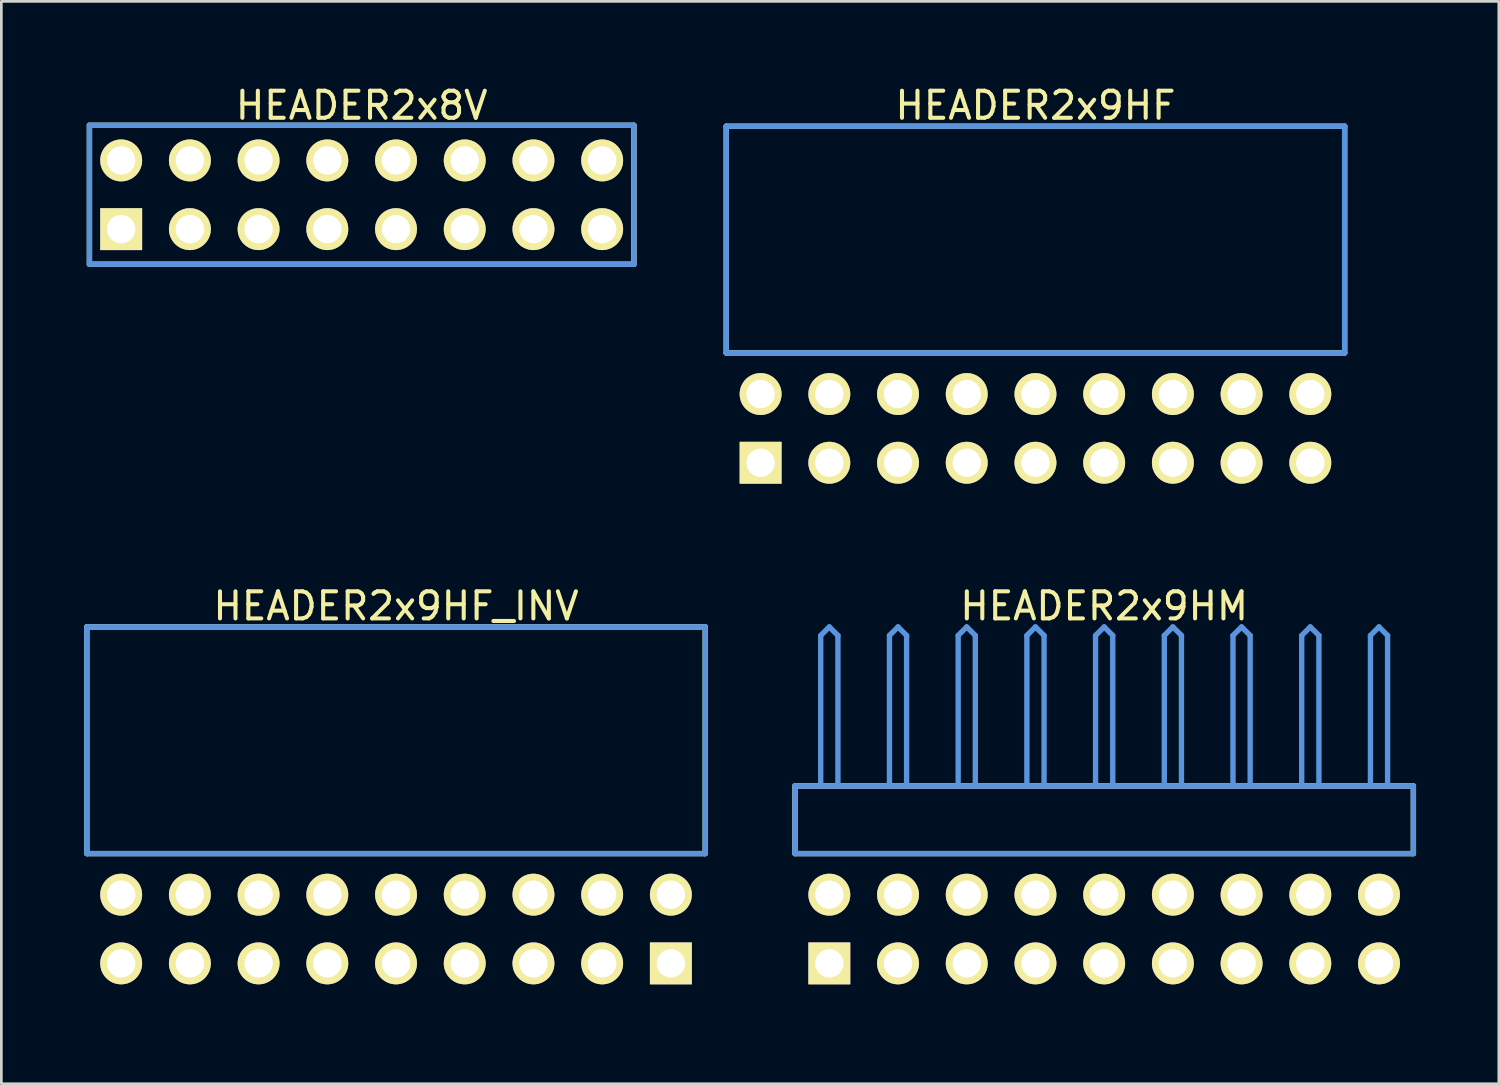
<source format=kicad_pcb>
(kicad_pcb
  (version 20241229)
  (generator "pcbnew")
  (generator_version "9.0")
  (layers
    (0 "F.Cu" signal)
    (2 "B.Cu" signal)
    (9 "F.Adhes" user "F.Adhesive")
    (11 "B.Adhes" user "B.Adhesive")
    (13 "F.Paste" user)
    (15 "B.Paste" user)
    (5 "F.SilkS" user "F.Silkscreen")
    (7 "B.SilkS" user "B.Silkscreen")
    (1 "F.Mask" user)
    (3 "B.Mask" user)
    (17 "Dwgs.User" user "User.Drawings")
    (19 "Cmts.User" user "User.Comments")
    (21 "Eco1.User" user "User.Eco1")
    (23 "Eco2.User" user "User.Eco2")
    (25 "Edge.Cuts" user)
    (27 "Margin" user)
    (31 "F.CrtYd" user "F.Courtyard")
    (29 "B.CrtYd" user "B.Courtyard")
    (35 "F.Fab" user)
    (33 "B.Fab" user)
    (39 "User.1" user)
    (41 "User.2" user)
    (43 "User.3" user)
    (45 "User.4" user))
  (footprint "HEADER2x9HF_INV"
    (layer "F.Cu")
    (at 1.429 32.562)
    (property "Reference" "HEADER2x9HF_INV" (at 10.16 -13.208 0) (layer "F.SilkS") (effects (font (size 1.001 1.001) (thickness 0.15))))
    (attr through_hole)
    (fp_line (start -1.27 -12.438) (end -1.27 -4.059) (stroke (width 0.198) (type solid)) (layer "F.SilkS"))
    (fp_line (start -1.27 -4.059) (end 21.59 -4.059) (stroke (width 0.198) (type solid)) (layer "F.SilkS"))
    (fp_line (start 21.59 -12.438) (end -1.27 -12.438) (stroke (width 0.198) (type solid)) (layer "F.SilkS"))
    (fp_line (start 21.59 -4.059) (end 21.59 -12.438) (stroke (width 0.198) (type solid)) (layer "F.SilkS"))
    (fp_line (start -1.27 -12.438) (end -1.27 -4.059) (stroke (width 0.198) (type solid)) (layer "Cmts.User"))
    (fp_line (start -1.27 -4.059) (end 21.59 -4.059) (stroke (width 0.198) (type solid)) (layer "Cmts.User"))
    (fp_line (start 21.59 -12.438) (end -1.27 -12.438) (stroke (width 0.198) (type solid)) (layer "Cmts.User"))
    (fp_line (start 21.59 -4.059) (end 21.59 -12.438) (stroke (width 0.198) (type solid)) (layer "Cmts.User"))
    (fp_line (start -1.379 -12.54) (end 21.699 -12.54) (stroke (width 0.099) (type solid)) (layer "Eco1.User"))
    (fp_line (start -1.379 1.4) (end -1.379 -12.54) (stroke (width 0.099) (type solid)) (layer "Eco1.User"))
    (fp_line (start 21.699 -12.54) (end 21.699 1.4) (stroke (width 0.099) (type solid)) (layer "Eco1.User"))
    (fp_line (start 21.699 1.4) (end -1.379 1.4) (stroke (width 0.099) (type solid)) (layer "Eco1.User"))
    (pad "1" thru_hole rect (at 20.32 0) (size 1.549 1.549) (drill 1.049) (layers "*.Cu" "*.Mask" "F.SilkS"))
    (pad "2" thru_hole circle (at 20.32 -2.54) (size 1.549 1.549) (drill 1.049) (layers "*.Cu" "*.Mask" "F.SilkS"))
    (pad "3" thru_hole circle (at 17.78 0) (size 1.549 1.549) (drill 1.049) (layers "*.Cu" "*.Mask" "F.SilkS"))
    (pad "4" thru_hole circle (at 17.78 -2.54) (size 1.549 1.549) (drill 1.049) (layers "*.Cu" "*.Mask" "F.SilkS"))
    (pad "5" thru_hole circle (at 15.24 0) (size 1.549 1.549) (drill 1.049) (layers "*.Cu" "*.Mask" "F.SilkS"))
    (pad "6" thru_hole circle (at 15.24 -2.54) (size 1.549 1.549) (drill 1.049) (layers "*.Cu" "*.Mask" "F.SilkS"))
    (pad "7" thru_hole circle (at 12.7 0) (size 1.549 1.549) (drill 1.049) (layers "*.Cu" "*.Mask" "F.SilkS"))
    (pad "8" thru_hole circle (at 12.7 -2.54) (size 1.549 1.549) (drill 1.049) (layers "*.Cu" "*.Mask" "F.SilkS"))
    (pad "9" thru_hole circle (at 10.16 0) (size 1.549 1.549) (drill 1.049) (layers "*.Cu" "*.Mask" "F.SilkS"))
    (pad "10" thru_hole circle (at 10.16 -2.54) (size 1.549 1.549) (drill 1.049) (layers "*.Cu" "*.Mask" "F.SilkS"))
    (pad "11" thru_hole circle (at 7.62 0) (size 1.549 1.549) (drill 1.049) (layers "*.Cu" "*.Mask" "F.SilkS"))
    (pad "12" thru_hole circle (at 7.62 -2.54) (size 1.549 1.549) (drill 1.049) (layers "*.Cu" "*.Mask" "F.SilkS"))
    (pad "13" thru_hole circle (at 5.08 0) (size 1.549 1.549) (drill 1.049) (layers "*.Cu" "*.Mask" "F.SilkS"))
    (pad "14" thru_hole circle (at 5.08 -2.54) (size 1.549 1.549) (drill 1.049) (layers "*.Cu" "*.Mask" "F.SilkS"))
    (pad "15" thru_hole circle (at 2.54 0) (size 1.549 1.549) (drill 1.049) (layers "*.Cu" "*.Mask" "F.SilkS"))
    (pad "16" thru_hole circle (at 2.54 -2.54) (size 1.549 1.549) (drill 1.049) (layers "*.Cu" "*.Mask" "F.SilkS"))
    (pad "17" thru_hole circle (at 0 0) (size 1.549 1.549) (drill 1.049) (layers "*.Cu" "*.Mask" "F.SilkS"))
    (pad "18" thru_hole circle (at 0 -2.54) (size 1.549 1.549) (drill 1.049) (layers "*.Cu" "*.Mask" "F.SilkS")))
  (footprint "HEADER2x8V"
    (layer "F.Cu")
    (at 1.429 5.42)
    (property "Reference" "HEADER2x8V" (at 8.89 -4.572 0) (layer "F.SilkS") (effects (font (size 1.001 1.001) (thickness 0.15))))
    (attr through_hole)
    (fp_line (start -1.173 -3.838) (end -1.173 1.298) (stroke (width 0.198) (type solid)) (layer "F.SilkS"))
    (fp_line (start -1.173 1.298) (end 18.953 1.298) (stroke (width 0.198) (type solid)) (layer "F.SilkS"))
    (fp_line (start 18.953 -3.838) (end -1.173 -3.838) (stroke (width 0.198) (type solid)) (layer "F.SilkS"))
    (fp_line (start 18.953 1.298) (end 18.953 -3.838) (stroke (width 0.198) (type solid)) (layer "F.SilkS"))
    (fp_line (start -1.173 -3.838) (end -1.173 1.298) (stroke (width 0.198) (type solid)) (layer "Cmts.User"))
    (fp_line (start -1.173 1.298) (end 18.953 1.298) (stroke (width 0.198) (type solid)) (layer "Cmts.User"))
    (fp_line (start 18.953 -3.838) (end -1.173 -3.838) (stroke (width 0.198) (type solid)) (layer "Cmts.User"))
    (fp_line (start 18.953 1.298) (end 18.953 -3.838) (stroke (width 0.198) (type solid)) (layer "Cmts.User"))
    (fp_line (start -1.379 -3.94) (end -1.379 1.4) (stroke (width 0.099) (type solid)) (layer "Eco1.User"))
    (fp_line (start -1.379 1.4) (end 19.159 1.4) (stroke (width 0.099) (type solid)) (layer "Eco1.User"))
    (fp_line (start 19.159 -3.94) (end -1.379 -3.94) (stroke (width 0.099) (type solid)) (layer "Eco1.User"))
    (fp_line (start 19.159 1.4) (end 19.159 -3.94) (stroke (width 0.099) (type solid)) (layer "Eco1.User"))
    (pad "1" thru_hole rect (at 0 0) (size 1.549 1.549) (drill 1.049) (layers "*.Cu" "*.Mask" "F.SilkS"))
    (pad "2" thru_hole circle (at 0 -2.54) (size 1.549 1.549) (drill 1.049) (layers "*.Cu" "*.Mask" "F.SilkS"))
    (pad "3" thru_hole circle (at 2.54 0) (size 1.549 1.549) (drill 1.049) (layers "*.Cu" "*.Mask" "F.SilkS"))
    (pad "4" thru_hole circle (at 2.54 -2.54) (size 1.549 1.549) (drill 1.049) (layers "*.Cu" "*.Mask" "F.SilkS"))
    (pad "5" thru_hole circle (at 5.08 0) (size 1.549 1.549) (drill 1.049) (layers "*.Cu" "*.Mask" "F.SilkS"))
    (pad "6" thru_hole circle (at 5.08 -2.54) (size 1.549 1.549) (drill 1.049) (layers "*.Cu" "*.Mask" "F.SilkS"))
    (pad "7" thru_hole circle (at 7.62 0) (size 1.549 1.549) (drill 1.049) (layers "*.Cu" "*.Mask" "F.SilkS"))
    (pad "8" thru_hole circle (at 7.62 -2.54) (size 1.549 1.549) (drill 1.049) (layers "*.Cu" "*.Mask" "F.SilkS"))
    (pad "9" thru_hole circle (at 10.16 0) (size 1.549 1.549) (drill 1.049) (layers "*.Cu" "*.Mask" "F.SilkS"))
    (pad "10" thru_hole circle (at 10.16 -2.54) (size 1.549 1.549) (drill 1.049) (layers "*.Cu" "*.Mask" "F.SilkS"))
    (pad "11" thru_hole circle (at 12.7 0) (size 1.549 1.549) (drill 1.049) (layers "*.Cu" "*.Mask" "F.SilkS"))
    (pad "12" thru_hole circle (at 12.7 -2.54) (size 1.549 1.549) (drill 1.049) (layers "*.Cu" "*.Mask" "F.SilkS"))
    (pad "13" thru_hole circle (at 15.24 0) (size 1.549 1.549) (drill 1.049) (layers "*.Cu" "*.Mask" "F.SilkS"))
    (pad "14" thru_hole circle (at 15.24 -2.54) (size 1.549 1.549) (drill 1.049) (layers "*.Cu" "*.Mask" "F.SilkS"))
    (pad "15" thru_hole circle (at 17.78 0) (size 1.549 1.549) (drill 1.049) (layers "*.Cu" "*.Mask" "F.SilkS"))
    (pad "16" thru_hole circle (at 17.78 -2.54) (size 1.549 1.549) (drill 1.049) (layers "*.Cu" "*.Mask" "F.SilkS")))
  (footprint "HEADER2x9HF"
    (layer "F.Cu")
    (at 25.066 14.056)
    (property "Reference" "HEADER2x9HF" (at 10.16 -13.208 0) (layer "F.SilkS") (effects (font (size 1.001 1.001) (thickness 0.15))))
    (attr through_hole)
    (fp_line (start -1.27 -12.438) (end -1.27 -4.059) (stroke (width 0.198) (type solid)) (layer "F.SilkS"))
    (fp_line (start -1.27 -4.059) (end 21.59 -4.059) (stroke (width 0.198) (type solid)) (layer "F.SilkS"))
    (fp_line (start 21.59 -12.438) (end -1.27 -12.438) (stroke (width 0.198) (type solid)) (layer "F.SilkS"))
    (fp_line (start 21.59 -4.059) (end 21.59 -12.438) (stroke (width 0.198) (type solid)) (layer "F.SilkS"))
    (fp_line (start -1.27 -12.438) (end -1.27 -4.059) (stroke (width 0.198) (type solid)) (layer "Cmts.User"))
    (fp_line (start -1.27 -4.059) (end 21.59 -4.059) (stroke (width 0.198) (type solid)) (layer "Cmts.User"))
    (fp_line (start 21.59 -12.438) (end -1.27 -12.438) (stroke (width 0.198) (type solid)) (layer "Cmts.User"))
    (fp_line (start 21.59 -4.059) (end 21.59 -12.438) (stroke (width 0.198) (type solid)) (layer "Cmts.User"))
    (fp_line (start -1.379 -12.54) (end 21.699 -12.54) (stroke (width 0.099) (type solid)) (layer "Eco1.User"))
    (fp_line (start -1.379 1.4) (end -1.379 -12.54) (stroke (width 0.099) (type solid)) (layer "Eco1.User"))
    (fp_line (start 21.699 -12.54) (end 21.699 1.4) (stroke (width 0.099) (type solid)) (layer "Eco1.User"))
    (fp_line (start 21.699 1.4) (end -1.379 1.4) (stroke (width 0.099) (type solid)) (layer "Eco1.User"))
    (pad "1" thru_hole rect (at 0 0) (size 1.549 1.549) (drill 1.049) (layers "*.Cu" "*.Mask" "F.SilkS"))
    (pad "2" thru_hole circle (at 0 -2.54) (size 1.549 1.549) (drill 1.049) (layers "*.Cu" "*.Mask" "F.SilkS"))
    (pad "3" thru_hole circle (at 2.54 0) (size 1.549 1.549) (drill 1.049) (layers "*.Cu" "*.Mask" "F.SilkS"))
    (pad "4" thru_hole circle (at 2.54 -2.54) (size 1.549 1.549) (drill 1.049) (layers "*.Cu" "*.Mask" "F.SilkS"))
    (pad "5" thru_hole circle (at 5.08 0) (size 1.549 1.549) (drill 1.049) (layers "*.Cu" "*.Mask" "F.SilkS"))
    (pad "6" thru_hole circle (at 5.08 -2.54) (size 1.549 1.549) (drill 1.049) (layers "*.Cu" "*.Mask" "F.SilkS"))
    (pad "7" thru_hole circle (at 7.62 0) (size 1.549 1.549) (drill 1.049) (layers "*.Cu" "*.Mask" "F.SilkS"))
    (pad "8" thru_hole circle (at 7.62 -2.54) (size 1.549 1.549) (drill 1.049) (layers "*.Cu" "*.Mask" "F.SilkS"))
    (pad "9" thru_hole circle (at 10.16 0) (size 1.549 1.549) (drill 1.049) (layers "*.Cu" "*.Mask" "F.SilkS"))
    (pad "10" thru_hole circle (at 10.16 -2.54) (size 1.549 1.549) (drill 1.049) (layers "*.Cu" "*.Mask" "F.SilkS"))
    (pad "11" thru_hole circle (at 12.7 0) (size 1.549 1.549) (drill 1.049) (layers "*.Cu" "*.Mask" "F.SilkS"))
    (pad "12" thru_hole circle (at 12.7 -2.54) (size 1.549 1.549) (drill 1.049) (layers "*.Cu" "*.Mask" "F.SilkS"))
    (pad "13" thru_hole circle (at 15.24 0) (size 1.549 1.549) (drill 1.049) (layers "*.Cu" "*.Mask" "F.SilkS"))
    (pad "14" thru_hole circle (at 15.24 -2.54) (size 1.549 1.549) (drill 1.049) (layers "*.Cu" "*.Mask" "F.SilkS"))
    (pad "15" thru_hole circle (at 17.78 0) (size 1.549 1.549) (drill 1.049) (layers "*.Cu" "*.Mask" "F.SilkS"))
    (pad "16" thru_hole circle (at 17.78 -2.54) (size 1.549 1.549) (drill 1.049) (layers "*.Cu" "*.Mask" "F.SilkS"))
    (pad "17" thru_hole circle (at 20.32 0) (size 1.549 1.549) (drill 1.049) (layers "*.Cu" "*.Mask" "F.SilkS"))
    (pad "18" thru_hole circle (at 20.32 -2.54) (size 1.549 1.549) (drill 1.049) (layers "*.Cu" "*.Mask" "F.SilkS")))
  (footprint "HEADER2x9HM"
    (layer "F.Cu")
    (at 27.606 32.562)
    (property "Reference" "HEADER2x9HM" (at 10.16 -13.208 0) (layer "F.SilkS") (effects (font (size 1.001 1.001) (thickness 0.15))))
    (attr through_hole)
    (fp_line (start -1.27 -6.558) (end -1.27 -4.059) (stroke (width 0.198) (type solid)) (layer "F.SilkS"))
    (fp_line (start -1.27 -4.059) (end 21.59 -4.059) (stroke (width 0.198) (type solid)) (layer "F.SilkS"))
    (fp_line (start 21.59 -6.558) (end -1.27 -6.558) (stroke (width 0.198) (type solid)) (layer "F.SilkS"))
    (fp_line (start 21.59 -4.059) (end 21.59 -6.558) (stroke (width 0.198) (type solid)) (layer "F.SilkS"))
    (fp_line (start -1.27 -6.558) (end -1.27 -4.059) (stroke (width 0.198) (type solid)) (layer "Cmts.User"))
    (fp_line (start -1.27 -4.059) (end 21.59 -4.059) (stroke (width 0.198) (type solid)) (layer "Cmts.User"))
    (fp_line (start -0.318 -12.121) (end 0 -12.438) (stroke (width 0.198) (type solid)) (layer "Cmts.User"))
    (fp_line (start -0.318 -6.599) (end -0.318 -12.121) (stroke (width 0.198) (type solid)) (layer "Cmts.User"))
    (fp_line (start 0.318 -12.121) (end 0 -12.438) (stroke (width 0.198) (type solid)) (layer "Cmts.User"))
    (fp_line (start 0.318 -6.599) (end 0.318 -12.121) (stroke (width 0.198) (type solid)) (layer "Cmts.User"))
    (fp_line (start 2.223 -12.121) (end 2.54 -12.438) (stroke (width 0.198) (type solid)) (layer "Cmts.User"))
    (fp_line (start 2.223 -6.599) (end 2.223 -12.121) (stroke (width 0.198) (type solid)) (layer "Cmts.User"))
    (fp_line (start 2.857 -12.121) (end 2.54 -12.438) (stroke (width 0.198) (type solid)) (layer "Cmts.User"))
    (fp_line (start 2.857 -6.599) (end 2.857 -12.121) (stroke (width 0.198) (type solid)) (layer "Cmts.User"))
    (fp_line (start 4.763 -12.121) (end 5.08 -12.438) (stroke (width 0.198) (type solid)) (layer "Cmts.User"))
    (fp_line (start 4.763 -6.599) (end 4.763 -12.121) (stroke (width 0.198) (type solid)) (layer "Cmts.User"))
    (fp_line (start 5.397 -12.121) (end 5.08 -12.438) (stroke (width 0.198) (type solid)) (layer "Cmts.User"))
    (fp_line (start 5.397 -6.599) (end 5.397 -12.121) (stroke (width 0.198) (type solid)) (layer "Cmts.User"))
    (fp_line (start 7.303 -12.121) (end 7.62 -12.438) (stroke (width 0.198) (type solid)) (layer "Cmts.User"))
    (fp_line (start 7.303 -6.599) (end 7.303 -12.121) (stroke (width 0.198) (type solid)) (layer "Cmts.User"))
    (fp_line (start 7.938 -12.121) (end 7.62 -12.438) (stroke (width 0.198) (type solid)) (layer "Cmts.User"))
    (fp_line (start 7.938 -6.599) (end 7.938 -12.121) (stroke (width 0.198) (type solid)) (layer "Cmts.User"))
    (fp_line (start 9.842 -12.121) (end 10.16 -12.438) (stroke (width 0.198) (type solid)) (layer "Cmts.User"))
    (fp_line (start 9.842 -6.599) (end 9.842 -12.121) (stroke (width 0.198) (type solid)) (layer "Cmts.User"))
    (fp_line (start 10.477 -12.121) (end 10.16 -12.438) (stroke (width 0.198) (type solid)) (layer "Cmts.User"))
    (fp_line (start 10.477 -6.599) (end 10.477 -12.121) (stroke (width 0.198) (type solid)) (layer "Cmts.User"))
    (fp_line (start 12.383 -12.121) (end 12.7 -12.438) (stroke (width 0.198) (type solid)) (layer "Cmts.User"))
    (fp_line (start 12.383 -6.599) (end 12.383 -12.121) (stroke (width 0.198) (type solid)) (layer "Cmts.User"))
    (fp_line (start 13.018 -12.121) (end 12.7 -12.438) (stroke (width 0.198) (type solid)) (layer "Cmts.User"))
    (fp_line (start 13.018 -6.599) (end 13.018 -12.121) (stroke (width 0.198) (type solid)) (layer "Cmts.User"))
    (fp_line (start 14.922 -12.121) (end 15.24 -12.438) (stroke (width 0.198) (type solid)) (layer "Cmts.User"))
    (fp_line (start 14.922 -6.599) (end 14.922 -12.121) (stroke (width 0.198) (type solid)) (layer "Cmts.User"))
    (fp_line (start 15.557 -12.121) (end 15.24 -12.438) (stroke (width 0.198) (type solid)) (layer "Cmts.User"))
    (fp_line (start 15.557 -6.599) (end 15.557 -12.121) (stroke (width 0.198) (type solid)) (layer "Cmts.User"))
    (fp_line (start 17.462 -12.121) (end 17.78 -12.438) (stroke (width 0.198) (type solid)) (layer "Cmts.User"))
    (fp_line (start 17.462 -6.599) (end 17.462 -12.121) (stroke (width 0.198) (type solid)) (layer "Cmts.User"))
    (fp_line (start 18.098 -12.121) (end 17.78 -12.438) (stroke (width 0.198) (type solid)) (layer "Cmts.User"))
    (fp_line (start 18.098 -6.599) (end 18.098 -12.121) (stroke (width 0.198) (type solid)) (layer "Cmts.User"))
    (fp_line (start 20.003 -12.121) (end 20.32 -12.438) (stroke (width 0.198) (type solid)) (layer "Cmts.User"))
    (fp_line (start 20.003 -6.599) (end 20.003 -12.121) (stroke (width 0.198) (type solid)) (layer "Cmts.User"))
    (fp_line (start 20.637 -12.121) (end 20.32 -12.438) (stroke (width 0.198) (type solid)) (layer "Cmts.User"))
    (fp_line (start 20.637 -6.599) (end 20.637 -12.121) (stroke (width 0.198) (type solid)) (layer "Cmts.User"))
    (fp_line (start 21.59 -6.558) (end -1.27 -6.558) (stroke (width 0.198) (type solid)) (layer "Cmts.User"))
    (fp_line (start 21.59 -4.059) (end 21.59 -6.558) (stroke (width 0.198) (type solid)) (layer "Cmts.User"))
    (fp_line (start -1.379 -12.54) (end 21.699 -12.54) (stroke (width 0.099) (type solid)) (layer "Eco1.User"))
    (fp_line (start -1.379 1.4) (end -1.379 -12.54) (stroke (width 0.099) (type solid)) (layer "Eco1.User"))
    (fp_line (start 21.699 -12.54) (end 21.699 1.4) (stroke (width 0.099) (type solid)) (layer "Eco1.User"))
    (fp_line (start 21.699 1.4) (end -1.379 1.4) (stroke (width 0.099) (type solid)) (layer "Eco1.User"))
    (pad "1" thru_hole rect (at 0 0) (size 1.549 1.549) (drill 1.049) (layers "*.Cu" "*.Mask" "F.SilkS"))
    (pad "2" thru_hole circle (at 0 -2.54) (size 1.549 1.549) (drill 1.049) (layers "*.Cu" "*.Mask" "F.SilkS"))
    (pad "3" thru_hole circle (at 2.54 0) (size 1.549 1.549) (drill 1.049) (layers "*.Cu" "*.Mask" "F.SilkS"))
    (pad "4" thru_hole circle (at 2.54 -2.54) (size 1.549 1.549) (drill 1.049) (layers "*.Cu" "*.Mask" "F.SilkS"))
    (pad "5" thru_hole circle (at 5.08 0) (size 1.549 1.549) (drill 1.049) (layers "*.Cu" "*.Mask" "F.SilkS"))
    (pad "6" thru_hole circle (at 5.08 -2.54) (size 1.549 1.549) (drill 1.049) (layers "*.Cu" "*.Mask" "F.SilkS"))
    (pad "7" thru_hole circle (at 7.62 0) (size 1.549 1.549) (drill 1.049) (layers "*.Cu" "*.Mask" "F.SilkS"))
    (pad "8" thru_hole circle (at 7.62 -2.54) (size 1.549 1.549) (drill 1.049) (layers "*.Cu" "*.Mask" "F.SilkS"))
    (pad "9" thru_hole circle (at 10.16 0) (size 1.549 1.549) (drill 1.049) (layers "*.Cu" "*.Mask" "F.SilkS"))
    (pad "10" thru_hole circle (at 10.16 -2.54) (size 1.549 1.549) (drill 1.049) (layers "*.Cu" "*.Mask" "F.SilkS"))
    (pad "11" thru_hole circle (at 12.7 0) (size 1.549 1.549) (drill 1.049) (layers "*.Cu" "*.Mask" "F.SilkS"))
    (pad "12" thru_hole circle (at 12.7 -2.54) (size 1.549 1.549) (drill 1.049) (layers "*.Cu" "*.Mask" "F.SilkS"))
    (pad "13" thru_hole circle (at 15.24 0) (size 1.549 1.549) (drill 1.049) (layers "*.Cu" "*.Mask" "F.SilkS"))
    (pad "14" thru_hole circle (at 15.24 -2.54) (size 1.549 1.549) (drill 1.049) (layers "*.Cu" "*.Mask" "F.SilkS"))
    (pad "15" thru_hole circle (at 17.78 0) (size 1.549 1.549) (drill 1.049) (layers "*.Cu" "*.Mask" "F.SilkS"))
    (pad "16" thru_hole circle (at 17.78 -2.54) (size 1.549 1.549) (drill 1.049) (layers "*.Cu" "*.Mask" "F.SilkS"))
    (pad "17" thru_hole circle (at 20.32 0) (size 1.549 1.549) (drill 1.049) (layers "*.Cu" "*.Mask" "F.SilkS"))
    (pad "18" thru_hole circle (at 20.32 -2.54) (size 1.549 1.549) (drill 1.049) (layers "*.Cu" "*.Mask" "F.SilkS")))
  (gr_rect
    (start -3 -3)
    (end 52.355 37.011)
    (stroke (width 0.1) (type default))
    (fill no)
    (layer "Edge.Cuts")))
</source>
